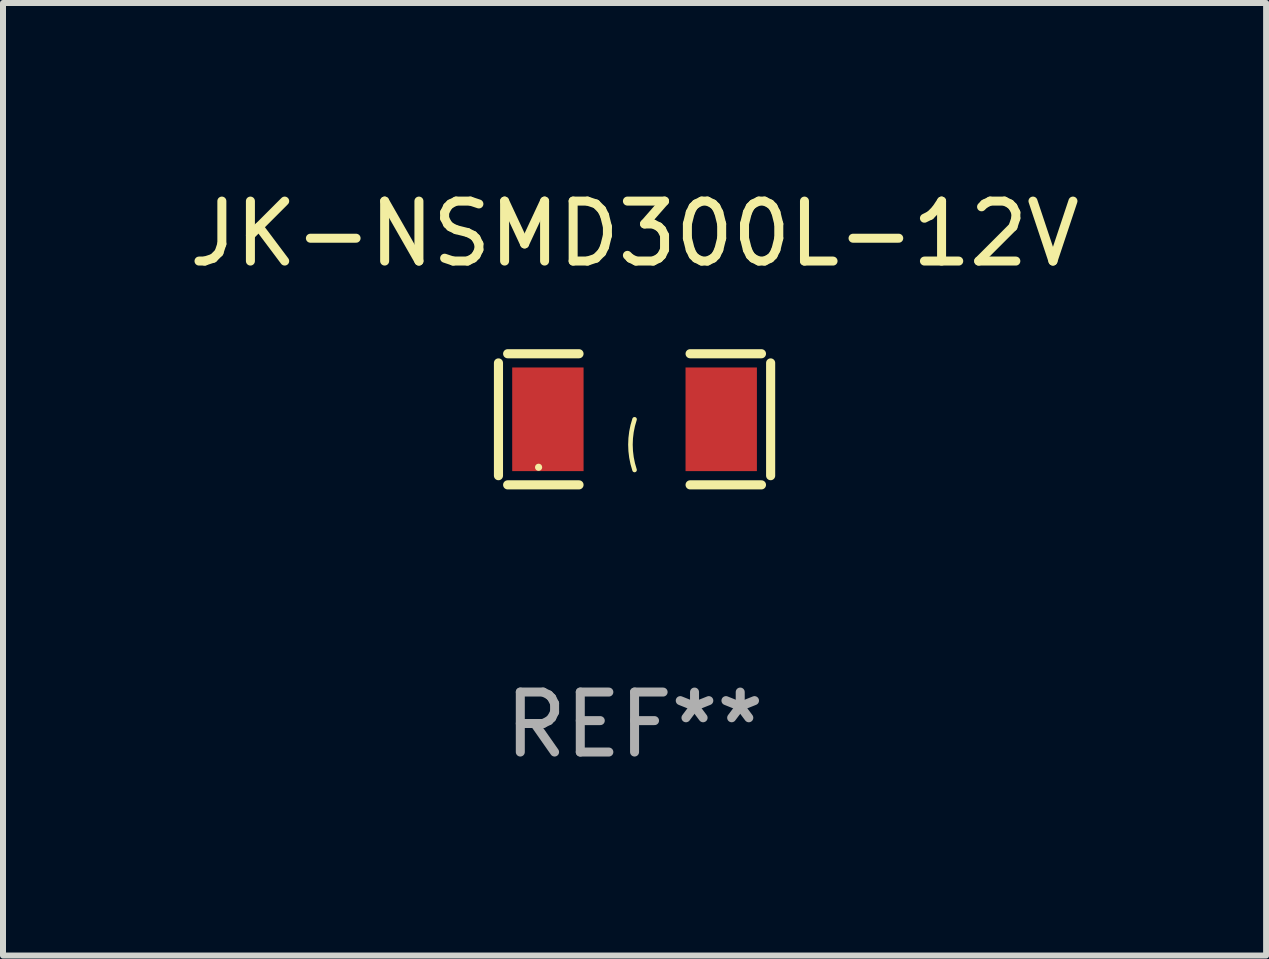
<source format=kicad_pcb>
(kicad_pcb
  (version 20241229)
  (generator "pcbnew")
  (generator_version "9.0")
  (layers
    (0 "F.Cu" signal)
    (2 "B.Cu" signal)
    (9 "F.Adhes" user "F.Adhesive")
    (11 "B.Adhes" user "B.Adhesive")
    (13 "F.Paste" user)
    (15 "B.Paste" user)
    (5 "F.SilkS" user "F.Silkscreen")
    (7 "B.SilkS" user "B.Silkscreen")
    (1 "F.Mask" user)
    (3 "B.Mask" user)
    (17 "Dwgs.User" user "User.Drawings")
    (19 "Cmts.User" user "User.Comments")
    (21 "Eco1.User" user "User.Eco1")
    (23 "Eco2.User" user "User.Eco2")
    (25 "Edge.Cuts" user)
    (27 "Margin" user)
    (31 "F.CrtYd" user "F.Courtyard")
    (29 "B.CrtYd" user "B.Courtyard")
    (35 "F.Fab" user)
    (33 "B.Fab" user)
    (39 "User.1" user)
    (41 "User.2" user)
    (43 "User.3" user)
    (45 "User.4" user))
  (footprint "JK-NSMD300L-12V"
    (layer "F.Cu")
    (at 7.53 3.941)
    (property "Reference" "JK-NSMD300L-12V" (at 0 -3.093 0) (layer "F.SilkS") (effects (font (size 1 1) (thickness 0.15))))
    (attr through_hole)
    (fp_line (start -2.269 -0.94) (end -2.269 0.94) (stroke (width 0.152) (type solid)) (layer "F.SilkS"))
    (fp_line (start -2.116 1.093) (end -0.926 1.093) (stroke (width 0.152) (type solid)) (layer "F.SilkS"))
    (fp_line (start -0.926 -1.093) (end -2.116 -1.093) (stroke (width 0.152) (type solid)) (layer "F.SilkS"))
    (fp_line (start 0.926 -1.093) (end 2.116 -1.093) (stroke (width 0.152) (type solid)) (layer "F.SilkS"))
    (fp_line (start 2.116 1.093) (end 0.926 1.093) (stroke (width 0.152) (type solid)) (layer "F.SilkS"))
    (fp_line (start 2.269 -0.94) (end 2.269 0.94) (stroke (width 0.152) (type solid)) (layer "F.SilkS"))
    (fp_arc (start 0 0.844951) (mid -0.068559 0.422475) (end 0 0) (stroke (width 0.0762) (type solid)) (layer "F.SilkS"))
    (fp_circle (center -1.6 0.8) (end -1.57 0.8) (stroke (width 0.06) (type solid)) (fill no) (layer "F.SilkS"))
    (fp_text user "REF**" (at 0 5.093 0) (layer "F.Fab") (effects (font (size 1 1) (thickness 0.15))))
    (pad "1" smd rect (at -1.445 0) (size 1.19 1.728) (layers "F.Cu" "F.Mask" "F.Paste"))
    (pad "2" smd rect (at 1.445 0) (size 1.19 1.728) (layers "F.Cu" "F.Mask" "F.Paste")))
  (gr_rect
    (start -3 -3)
    (end 18.06 12.882)
    (stroke (width 0.1) (type default))
    (fill no)
    (layer "Edge.Cuts")))
</source>
